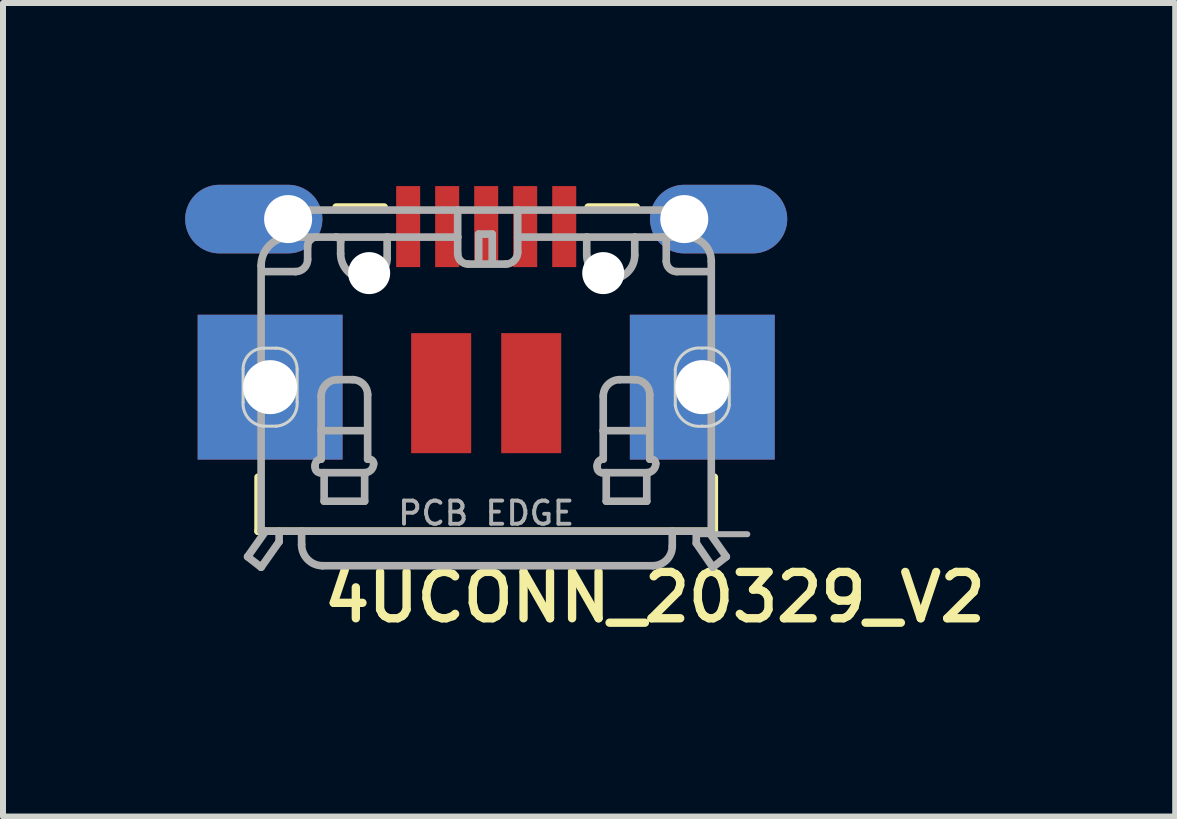
<source format=kicad_pcb>
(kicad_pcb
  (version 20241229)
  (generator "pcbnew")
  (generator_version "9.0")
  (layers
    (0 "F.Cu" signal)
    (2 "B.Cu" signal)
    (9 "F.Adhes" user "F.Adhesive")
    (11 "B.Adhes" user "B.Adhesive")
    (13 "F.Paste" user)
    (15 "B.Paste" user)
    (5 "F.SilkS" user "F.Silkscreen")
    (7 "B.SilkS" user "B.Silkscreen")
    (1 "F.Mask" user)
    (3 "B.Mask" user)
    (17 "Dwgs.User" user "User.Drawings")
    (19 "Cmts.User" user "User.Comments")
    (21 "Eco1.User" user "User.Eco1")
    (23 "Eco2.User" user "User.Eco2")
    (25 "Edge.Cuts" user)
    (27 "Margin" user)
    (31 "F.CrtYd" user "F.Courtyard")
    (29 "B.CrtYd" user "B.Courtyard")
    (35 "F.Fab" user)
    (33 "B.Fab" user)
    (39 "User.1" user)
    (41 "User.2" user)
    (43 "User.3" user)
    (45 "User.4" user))
  (footprint "4UCONN_20329_V2"
    (layer "F.Cu")
    (at 5.05 1.5)
    (property "Reference" "4UCONN_20329_V2" (at -2.778 5.852 180) (layer "F.SilkS") (effects (font (size 0.772 0.772) (thickness 0.139)) (justify left bottom)))
    (attr through_hole)
    (fp_poly (pts (xy -1.55 -0.05) (xy -1.05 -0.05) (xy -1.05 -1.5) (xy -1.55 -1.5)) (stroke (width 0) (type solid)) (fill yes) (layer "F.Mask"))
    (fp_poly (pts (xy -0.9 -0.05) (xy -0.4 -0.05) (xy -0.4 -1.5) (xy -0.9 -1.5)) (stroke (width 0) (type solid)) (fill yes) (layer "F.Mask"))
    (fp_poly (pts (xy -0.25 -0.05) (xy 0.25 -0.05) (xy 0.25 -1.5) (xy -0.25 -1.5)) (stroke (width 0) (type solid)) (fill yes) (layer "F.Mask"))
    (fp_poly (pts (xy 0.4 -0.05) (xy 0.9 -0.05) (xy 0.9 -1.5) (xy 0.4 -1.5)) (stroke (width 0) (type solid)) (fill yes) (layer "F.Mask"))
    (fp_poly (pts (xy 1.05 -0.05) (xy 1.55 -0.05) (xy 1.55 -1.5) (xy 1.05 -1.5)) (stroke (width 0) (type solid)) (fill yes) (layer "F.Mask"))
    (fp_line (start -3.8 3.4) (end -3.8 4.3) (stroke (width 0.127) (type solid)) (layer "F.SilkS"))
    (fp_line (start -3.8 4.3) (end 3.8 4.3) (stroke (width 0.127) (type solid)) (layer "F.SilkS"))
    (fp_line (start -2.5 -1.1) (end -1.7 -1.1) (stroke (width 0.127) (type solid)) (layer "F.SilkS"))
    (fp_line (start 1.7 -1.1) (end 2.5 -1.1) (stroke (width 0.127) (type solid)) (layer "F.SilkS"))
    (fp_line (start 3.8 4.3) (end 3.8 3.4) (stroke (width 0.127) (type solid)) (layer "F.SilkS"))
    (fp_poly (pts (xy -4.85 3.15) (xy -2.35 3.15) (xy -2.35 0.65) (xy -4.85 0.65)) (stroke (width 0) (type solid)) (fill yes) (layer "F.Paste"))
    (fp_poly (pts (xy -1.45 -0.15) (xy -1.15 -0.15) (xy -1.15 -1.4) (xy -1.45 -1.4)) (stroke (width 0) (type solid)) (fill yes) (layer "F.Paste"))
    (fp_poly (pts (xy -0.8 -0.15) (xy -0.5 -0.15) (xy -0.5 -1.4) (xy -0.8 -1.4)) (stroke (width 0) (type solid)) (fill yes) (layer "F.Paste"))
    (fp_poly (pts (xy -0.15 -0.15) (xy 0.15 -0.15) (xy 0.15 -1.4) (xy -0.15 -1.4)) (stroke (width 0) (type solid)) (fill yes) (layer "F.Paste"))
    (fp_poly (pts (xy 0.5 -0.15) (xy 0.8 -0.15) (xy 0.8 -1.4) (xy 0.5 -1.4)) (stroke (width 0) (type solid)) (fill yes) (layer "F.Paste"))
    (fp_poly (pts (xy 1.15 -0.15) (xy 1.45 -0.15) (xy 1.45 -1.4) (xy 1.15 -1.4)) (stroke (width 0) (type solid)) (fill yes) (layer "F.Paste"))
    (fp_poly (pts (xy 2.35 3.15) (xy 4.85 3.15) (xy 4.85 0.65) (xy 2.35 0.65)) (stroke (width 0) (type solid)) (fill yes) (layer "F.Paste"))
    (fp_poly (pts (xy -5.05 -0.9) (xy -5.014 -0.724) (xy -4.925 -0.567) (xy -4.793 -0.445) (xy -4.45 -0.35) (xy -3.35 -0.35) (xy -3.171 -0.37) (xy -3.007 -0.445) (xy -2.875 -0.567) (xy -2.786 -0.724) (xy -2.75 -0.9) (xy -2.786 -1.076) (xy -2.875 -1.233) (xy -3.007 -1.355) (xy -3.35 -1.45) (xy -4.45 -1.45) (xy -4.629 -1.43) (xy -4.793 -1.355) (xy -4.925 -1.233)) (stroke (width 0) (type solid)) (fill yes) (layer "F.Paste"))
    (fp_poly (pts (xy 2.75 -0.9) (xy 2.786 -0.724) (xy 2.875 -0.567) (xy 3.007 -0.445) (xy 3.35 -0.35) (xy 4.45 -0.35) (xy 4.629 -0.37) (xy 4.793 -0.445) (xy 4.925 -0.567) (xy 5.014 -0.724) (xy 5.05 -0.9) (xy 5.014 -1.076) (xy 4.925 -1.233) (xy 4.793 -1.355) (xy 4.45 -1.45) (xy 3.35 -1.45) (xy 3.171 -1.43) (xy 3.007 -1.355) (xy 2.875 -1.233)) (stroke (width 0) (type solid)) (fill yes) (layer "F.Paste"))
    (fp_line (start -4.05 2.15) (end -4.05 1.6) (stroke (width 0.05) (type solid)) (layer "Edge.Cuts"))
    (fp_line (start -3.7 1.25) (end -3.5 1.25) (stroke (width 0.05) (type solid)) (layer "Edge.Cuts"))
    (fp_line (start -3.5 2.55) (end -3.7 2.55) (stroke (width 0.05) (type solid)) (layer "Edge.Cuts"))
    (fp_line (start -3.15 1.6) (end -3.15 2.15) (stroke (width 0.05) (type solid)) (layer "Edge.Cuts"))
    (fp_line (start 3.15 2.2) (end 3.15 1.6) (stroke (width 0.05) (type solid)) (layer "Edge.Cuts"))
    (fp_line (start 4.05 1.6) (end 4.05 2.2) (stroke (width 0.05) (type solid)) (layer "Edge.Cuts"))
    (fp_arc (start -4.05 1.6) (mid -3.947487 1.352513) (end -3.7 1.25) (stroke (width 0.05) (type solid)) (layer "Edge.Cuts"))
    (fp_arc (start -3.7 2.55) (mid -3.957843 2.422487) (end -4.05 2.15) (stroke (width 0.05) (type solid)) (layer "Edge.Cuts"))
    (fp_arc (start -3.5 1.25) (mid -3.252513 1.352513) (end -3.15 1.6) (stroke (width 0.05) (type solid)) (layer "Edge.Cuts"))
    (fp_arc (start -3.15 2.15) (mid -3.242157 2.422487) (end -3.5 2.55) (stroke (width 0.05) (type solid)) (layer "Edge.Cuts"))
    (fp_arc (start 3.15 1.6) (mid 3.302513 1.331802) (end 3.6 1.25) (stroke (width 0.05) (type solid)) (layer "Edge.Cuts"))
    (fp_arc (start 3.6 1.25) (mid 3.897487 1.331802) (end 4.05 1.6) (stroke (width 0.05) (type solid)) (layer "Edge.Cuts"))
    (fp_arc (start 3.6 2.55) (mid 3.302513 2.468198) (end 3.15 2.2) (stroke (width 0.05) (type solid)) (layer "Edge.Cuts"))
    (fp_arc (start 4.05 2.2) (mid 3.897487 2.468198) (end 3.6 2.55) (stroke (width 0.05) (type solid)) (layer "Edge.Cuts"))
    (fp_line (start -3.975 4.725) (end -3.75 4.9) (stroke (width 0.127) (type solid)) (layer "F.Fab"))
    (fp_line (start -3.975 4.725) (end -3.675 4.3) (stroke (width 0.127) (type solid)) (layer "F.Fab"))
    (fp_line (start -3.75 -0.125) (end -3.75 4.3) (stroke (width 0.127) (type solid)) (layer "F.Fab"))
    (fp_line (start -3.75 4.3) (end -3.675 4.3) (stroke (width 0.127) (type solid)) (layer "F.Fab"))
    (fp_line (start -3.75 4.9) (end -3.45 4.475) (stroke (width 0.127) (type solid)) (layer "F.Fab"))
    (fp_line (start -3.725 -0.025) (end -3.175 -0.025) (stroke (width 0.127) (type solid)) (layer "F.Fab"))
    (fp_line (start -3.675 4.3) (end -3.45 4.3) (stroke (width 0.127) (type solid)) (layer "F.Fab"))
    (fp_line (start -3.575 -1.05) (end -0.475 -1.05) (stroke (width 0.127) (type solid)) (layer "F.Fab"))
    (fp_line (start -3.575 -0.75) (end -3.575 -1.05) (stroke (width 0.127) (type solid)) (layer "F.Fab"))
    (fp_line (start -3.45 4.3) (end -3.075 4.3) (stroke (width 0.127) (type solid)) (layer "F.Fab"))
    (fp_line (start -3.45 4.475) (end -3.45 4.3) (stroke (width 0.127) (type solid)) (layer "F.Fab"))
    (fp_line (start -3.425 -0.75) (end -3.575 -0.75) (stroke (width 0.127) (type solid)) (layer "F.Fab"))
    (fp_line (start -3.425 -0.625) (end -3.425 -0.75) (stroke (width 0.127) (type solid)) (layer "F.Fab"))
    (fp_line (start -3.075 4.3) (end -3.075 4.525) (stroke (width 0.127) (type solid)) (layer "F.Fab"))
    (fp_line (start -3.075 4.3) (end 3.1 4.3) (stroke (width 0.127) (type solid)) (layer "F.Fab"))
    (fp_line (start -2.975 -0.225) (end -2.975 -0.45) (stroke (width 0.127) (type solid)) (layer "F.Fab"))
    (fp_line (start -2.85 3.225) (end -2.85 3.2) (stroke (width 0.127) (type solid)) (layer "F.Fab"))
    (fp_line (start -2.825 -0.6) (end -3.275 -0.6) (stroke (width 0.127) (type solid)) (layer "F.Fab"))
    (fp_line (start -2.825 -0.6) (end -2.5 -0.6) (stroke (width 0.127) (type solid)) (layer "F.Fab"))
    (fp_line (start -2.75 2.625) (end -2.75 2.05) (stroke (width 0.127) (type solid)) (layer "F.Fab"))
    (fp_line (start -2.75 2.625) (end -2 2.625) (stroke (width 0.127) (type solid)) (layer "F.Fab"))
    (fp_line (start -2.75 3.1) (end -2.75 2.625) (stroke (width 0.127) (type solid)) (layer "F.Fab"))
    (fp_line (start -2.725 4.875) (end 2.775 4.875) (stroke (width 0.127) (type solid)) (layer "F.Fab"))
    (fp_line (start -2.7 3.325) (end -2.775 3.325) (stroke (width 0.127) (type solid)) (layer "F.Fab"))
    (fp_line (start -2.7 3.325) (end -2 3.325) (stroke (width 0.127) (type solid)) (layer "F.Fab"))
    (fp_line (start -2.7 3.8) (end -2.7 3.325) (stroke (width 0.127) (type solid)) (layer "F.Fab"))
    (fp_line (start -2.475 1.775) (end -2.225 1.775) (stroke (width 0.127) (type solid)) (layer "F.Fab"))
    (fp_line (start -2.425 -0.525) (end -2.425 -0.325) (stroke (width 0.127) (type solid)) (layer "F.Fab"))
    (fp_line (start -2.025 3.325) (end -2.025 3.8) (stroke (width 0.127) (type solid)) (layer "F.Fab"))
    (fp_line (start -2.025 3.8) (end -2.7 3.8) (stroke (width 0.127) (type solid)) (layer "F.Fab"))
    (fp_line (start -1.975 2.025) (end -1.975 3.1) (stroke (width 0.127) (type solid)) (layer "F.Fab"))
    (fp_line (start -1.975 3.1) (end -1.95 3.1) (stroke (width 0.127) (type solid)) (layer "F.Fab"))
    (fp_line (start -1.65 -0.6) (end -2.5 -0.6) (stroke (width 0.127) (type solid)) (layer "F.Fab"))
    (fp_line (start -1.65 -0.25) (end -1.65 -0.6) (stroke (width 0.127) (type solid)) (layer "F.Fab"))
    (fp_line (start -0.475 -1.05) (end 0.525 -1.05) (stroke (width 0.127) (type solid)) (layer "F.Fab"))
    (fp_line (start -0.475 -0.6) (end -1.65 -0.6) (stroke (width 0.127) (type solid)) (layer "F.Fab"))
    (fp_line (start -0.475 -0.6) (end -0.475 -1.05) (stroke (width 0.127) (type solid)) (layer "F.Fab"))
    (fp_line (start -0.475 -0.325) (end -0.475 -0.6) (stroke (width 0.127) (type solid)) (layer "F.Fab"))
    (fp_line (start -0.125 -0.65) (end 0.1 -0.65) (stroke (width 0.127) (type solid)) (layer "F.Fab"))
    (fp_line (start -0.125 -0.175) (end -0.125 -0.65) (stroke (width 0.127) (type solid)) (layer "F.Fab"))
    (fp_line (start 0.1 -0.65) (end 0.1 -0.175) (stroke (width 0.127) (type solid)) (layer "F.Fab"))
    (fp_line (start 0.325 -0.15) (end -0.3 -0.15) (stroke (width 0.127) (type solid)) (layer "F.Fab"))
    (fp_line (start 0.525 -1.05) (end 0.525 -0.6) (stroke (width 0.127) (type solid)) (layer "F.Fab"))
    (fp_line (start 0.525 -1.05) (end 3.6 -1.05) (stroke (width 0.127) (type solid)) (layer "F.Fab"))
    (fp_line (start 0.525 -0.6) (end 0.525 -0.35) (stroke (width 0.127) (type solid)) (layer "F.Fab"))
    (fp_line (start 1.675 -0.6) (end 0.525 -0.6) (stroke (width 0.127) (type solid)) (layer "F.Fab"))
    (fp_line (start 1.675 -0.6) (end 1.675 -0.3) (stroke (width 0.127) (type solid)) (layer "F.Fab"))
    (fp_line (start 1.85 3.225) (end 1.85 3.2) (stroke (width 0.127) (type solid)) (layer "F.Fab"))
    (fp_line (start 1.95 2.625) (end 1.95 2.05) (stroke (width 0.127) (type solid)) (layer "F.Fab"))
    (fp_line (start 1.95 2.625) (end 2.7 2.625) (stroke (width 0.127) (type solid)) (layer "F.Fab"))
    (fp_line (start 1.95 3.1) (end 1.95 2.625) (stroke (width 0.127) (type solid)) (layer "F.Fab"))
    (fp_line (start 2 3.325) (end 1.925 3.325) (stroke (width 0.127) (type solid)) (layer "F.Fab"))
    (fp_line (start 2 3.325) (end 2.7 3.325) (stroke (width 0.127) (type solid)) (layer "F.Fab"))
    (fp_line (start 2 3.8) (end 2 3.325) (stroke (width 0.127) (type solid)) (layer "F.Fab"))
    (fp_line (start 2.225 1.775) (end 2.475 1.775) (stroke (width 0.127) (type solid)) (layer "F.Fab"))
    (fp_line (start 2.475 -0.6) (end 1.675 -0.6) (stroke (width 0.127) (type solid)) (layer "F.Fab"))
    (fp_line (start 2.475 -0.6) (end 2.925 -0.6) (stroke (width 0.127) (type solid)) (layer "F.Fab"))
    (fp_line (start 2.475 -0.3) (end 2.475 -0.6) (stroke (width 0.127) (type solid)) (layer "F.Fab"))
    (fp_line (start 2.675 3.325) (end 2.675 3.8) (stroke (width 0.127) (type solid)) (layer "F.Fab"))
    (fp_line (start 2.675 3.8) (end 2 3.8) (stroke (width 0.127) (type solid)) (layer "F.Fab"))
    (fp_line (start 2.725 2.025) (end 2.725 3.1) (stroke (width 0.127) (type solid)) (layer "F.Fab"))
    (fp_line (start 2.725 3.1) (end 2.75 3.1) (stroke (width 0.127) (type solid)) (layer "F.Fab"))
    (fp_line (start 3 -0.525) (end 3 -0.2) (stroke (width 0.127) (type solid)) (layer "F.Fab"))
    (fp_line (start 3.1 4.3) (end 3.7 4.3) (stroke (width 0.127) (type solid)) (layer "F.Fab"))
    (fp_line (start 3.1 4.55) (end 3.1 4.3) (stroke (width 0.127) (type solid)) (layer "F.Fab"))
    (fp_line (start 3.175 -0.025) (end 3.725 -0.025) (stroke (width 0.127) (type solid)) (layer "F.Fab"))
    (fp_line (start 3.35 -0.775) (end 3.35 -0.6) (stroke (width 0.127) (type solid)) (layer "F.Fab"))
    (fp_line (start 3.35 -0.6) (end 2.925 -0.6) (stroke (width 0.127) (type solid)) (layer "F.Fab"))
    (fp_line (start 3.5 4.35) (end 4.35 4.35) (stroke (width 0.1) (type solid)) (layer "F.Fab"))
    (fp_line (start 3.5 4.5) (end 3.5 4.35) (stroke (width 0.127) (type solid)) (layer "F.Fab"))
    (fp_line (start 3.6 -1.05) (end 3.6 -0.775) (stroke (width 0.127) (type solid)) (layer "F.Fab"))
    (fp_line (start 3.6 -0.775) (end 3.35 -0.775) (stroke (width 0.127) (type solid)) (layer "F.Fab"))
    (fp_line (start 3.7 4.3) (end 3.75 4.3) (stroke (width 0.127) (type solid)) (layer "F.Fab"))
    (fp_line (start 3.7 4.3) (end 4 4.725) (stroke (width 0.127) (type solid)) (layer "F.Fab"))
    (fp_line (start 3.75 4.3) (end 3.75 -0.2) (stroke (width 0.127) (type solid)) (layer "F.Fab"))
    (fp_line (start 3.775 4.9) (end 3.5 4.5) (stroke (width 0.127) (type solid)) (layer "F.Fab"))
    (fp_line (start 4 4.725) (end 3.775 4.9) (stroke (width 0.127) (type solid)) (layer "F.Fab"))
    (fp_arc (start -3.750001 -0.124999) (mid -3.610876 -0.460875) (end -3.275 -0.6) (stroke (width 0.127) (type solid)) (layer "F.Fab"))
    (fp_arc (start -2.975 -0.45) (mid -2.931066 -0.556066) (end -2.825 -0.6) (stroke (width 0.127) (type solid)) (layer "F.Fab"))
    (fp_arc (start -2.975 -0.225) (mid -3.033579 -0.083579) (end -3.175 -0.025) (stroke (width 0.127) (type solid)) (layer "F.Fab"))
    (fp_arc (start -2.85 3.2) (mid -2.820711 3.129289) (end -2.75 3.1) (stroke (width 0.127) (type solid)) (layer "F.Fab"))
    (fp_arc (start -2.775 3.325) (mid -2.833211 3.290533) (end -2.85 3.225) (stroke (width 0.127) (type solid)) (layer "F.Fab"))
    (fp_arc (start -2.75 2.05) (mid -2.669454 1.855546) (end -2.475 1.775) (stroke (width 0.127) (type solid)) (layer "F.Fab"))
    (fp_arc (start -2.725 4.875) (mid -2.972487 4.772487) (end -3.075 4.525) (stroke (width 0.127) (type solid)) (layer "F.Fab"))
    (fp_arc (start -2.5 -0.6) (mid -2.446967 -0.578033) (end -2.425 -0.525) (stroke (width 0.127) (type solid)) (layer "F.Fab"))
    (fp_arc (start -2.225 1.775) (mid -2.048223 1.848223) (end -1.975 2.025) (stroke (width 0.127) (type solid)) (layer "F.Fab"))
    (fp_arc (start -2 0.1) (mid -2.30052 -0.02448) (end -2.425 -0.325) (stroke (width 0.127) (type solid)) (layer "F.Fab"))
    (fp_arc (start -1.95 3.1) (mid -1.896967 3.121967) (end -1.875 3.175) (stroke (width 0.127) (type solid)) (layer "F.Fab"))
    (fp_arc (start -1.875 3.175) (mid -1.918934 3.281066) (end -2.025 3.325) (stroke (width 0.127) (type solid)) (layer "F.Fab"))
    (fp_arc (start -1.65 -0.25) (mid -1.752513 -0.002513) (end -2 0.1) (stroke (width 0.127) (type solid)) (layer "F.Fab"))
    (fp_arc (start -0.3 -0.15) (mid -0.423744 -0.201256) (end -0.475 -0.325) (stroke (width 0.127) (type solid)) (layer "F.Fab"))
    (fp_arc (start 0.525 -0.35) (mid 0.466421 -0.208579) (end 0.325 -0.15) (stroke (width 0.127) (type solid)) (layer "F.Fab"))
    (fp_arc (start 1.85 3.2) (mid 1.879289 3.129289) (end 1.95 3.1) (stroke (width 0.127) (type solid)) (layer "F.Fab"))
    (fp_arc (start 1.925 3.325) (mid 1.866789 3.290533) (end 1.85 3.225) (stroke (width 0.127) (type solid)) (layer "F.Fab"))
    (fp_arc (start 1.95 2.05) (mid 2.030546 1.855546) (end 2.225 1.775) (stroke (width 0.127) (type solid)) (layer "F.Fab"))
    (fp_arc (start 2.075 0.1) (mid 1.792157 -0.017157) (end 1.675 -0.3) (stroke (width 0.127) (type solid)) (layer "F.Fab"))
    (fp_arc (start 2.475 -0.3) (mid 2.357843 -0.017157) (end 2.075 0.1) (stroke (width 0.127) (type solid)) (layer "F.Fab"))
    (fp_arc (start 2.475 1.775) (mid 2.651777 1.848223) (end 2.725 2.025) (stroke (width 0.127) (type solid)) (layer "F.Fab"))
    (fp_arc (start 2.75 3.1) (mid 2.803033 3.121967) (end 2.825 3.175) (stroke (width 0.127) (type solid)) (layer "F.Fab"))
    (fp_arc (start 2.825 3.175) (mid 2.781066 3.281066) (end 2.675 3.325) (stroke (width 0.127) (type solid)) (layer "F.Fab"))
    (fp_arc (start 2.925 -0.6) (mid 2.978033 -0.578033) (end 3 -0.525) (stroke (width 0.127) (type solid)) (layer "F.Fab"))
    (fp_arc (start 3.1 4.55) (mid 3.00481 4.77981) (end 2.775 4.875) (stroke (width 0.127) (type solid)) (layer "F.Fab"))
    (fp_arc (start 3.175 -0.025) (mid 3.051256 -0.076256) (end 3 -0.2) (stroke (width 0.127) (type solid)) (layer "F.Fab"))
    (fp_arc (start 3.349999 -0.599999) (mid 3.632842 -0.482842) (end 3.75 -0.2) (stroke (width 0.127) (type solid)) (layer "F.Fab"))
    (fp_text user "PCB EDGE" (at 0 4 0) (layer "F.Fab") (effects (font (size 0.386 0.386) (thickness 0.065))))
    (pad "" np_thru_hole circle (at -1.95 0) (size 0.7 0.7) (drill 0.7) (layers "*.Cu" "*.Mask"))
    (pad "" np_thru_hole circle (at 1.95 0) (size 0.7 0.7) (drill 0.7) (layers "*.Cu" "*.Mask"))
    (pad "BASE@1" smd rect (at -0.75 2 90) (size 2 1) (layers "F.Cu" "F.Mask" "F.Paste"))
    (pad "BASE@2" smd rect (at 0.75 2 90) (size 2 1) (layers "F.Cu" "F.Mask" "F.Paste"))
    (pad "D+" smd rect (at 0 -0.775) (size 0.4 1.35) (layers "F.Cu" "F.Mask"))
    (pad "D-" smd rect (at -0.65 -0.775) (size 0.4 1.35) (layers "F.Cu" "F.Mask"))
    (pad "GND" smd rect (at 1.3 -0.775) (size 0.4 1.35) (layers "F.Cu" "F.Mask"))
    (pad "ID" smd rect (at 0.65 -0.775) (size 0.4 1.35) (layers "F.Cu" "F.Mask"))
    (pad "SPRT@1" thru_hole oval (at -3.3 -0.9 180) (size 2.286 1.143) (drill 0.8 (offset 0.572 0)) (layers "*.Cu" "*.Mask"))
    (pad "SPRT@2" thru_hole oval (at 3.3 -0.9) (size 2.286 1.143) (drill 0.8 (offset 0.572 0)) (layers "*.Cu" "*.Mask"))
    (pad "SPRT@3" thru_hole rect (at -3.6 1.9 90) (size 2.413 2.413) (drill 0.9) (layers "*.Cu" "*.Mask"))
    (pad "SPRT@4" thru_hole rect (at 3.6 1.9 90) (size 2.413 2.413) (drill 0.9) (layers "*.Cu" "*.Mask"))
    (pad "VBUS" smd rect (at -1.3 -0.775) (size 0.4 1.35) (layers "F.Cu" "F.Mask")))
  (gr_rect
    (start -3 -3)
    (end 16.529 10.554)
    (stroke (width 0.1) (type default))
    (fill no)
    (layer "Edge.Cuts")))
</source>
